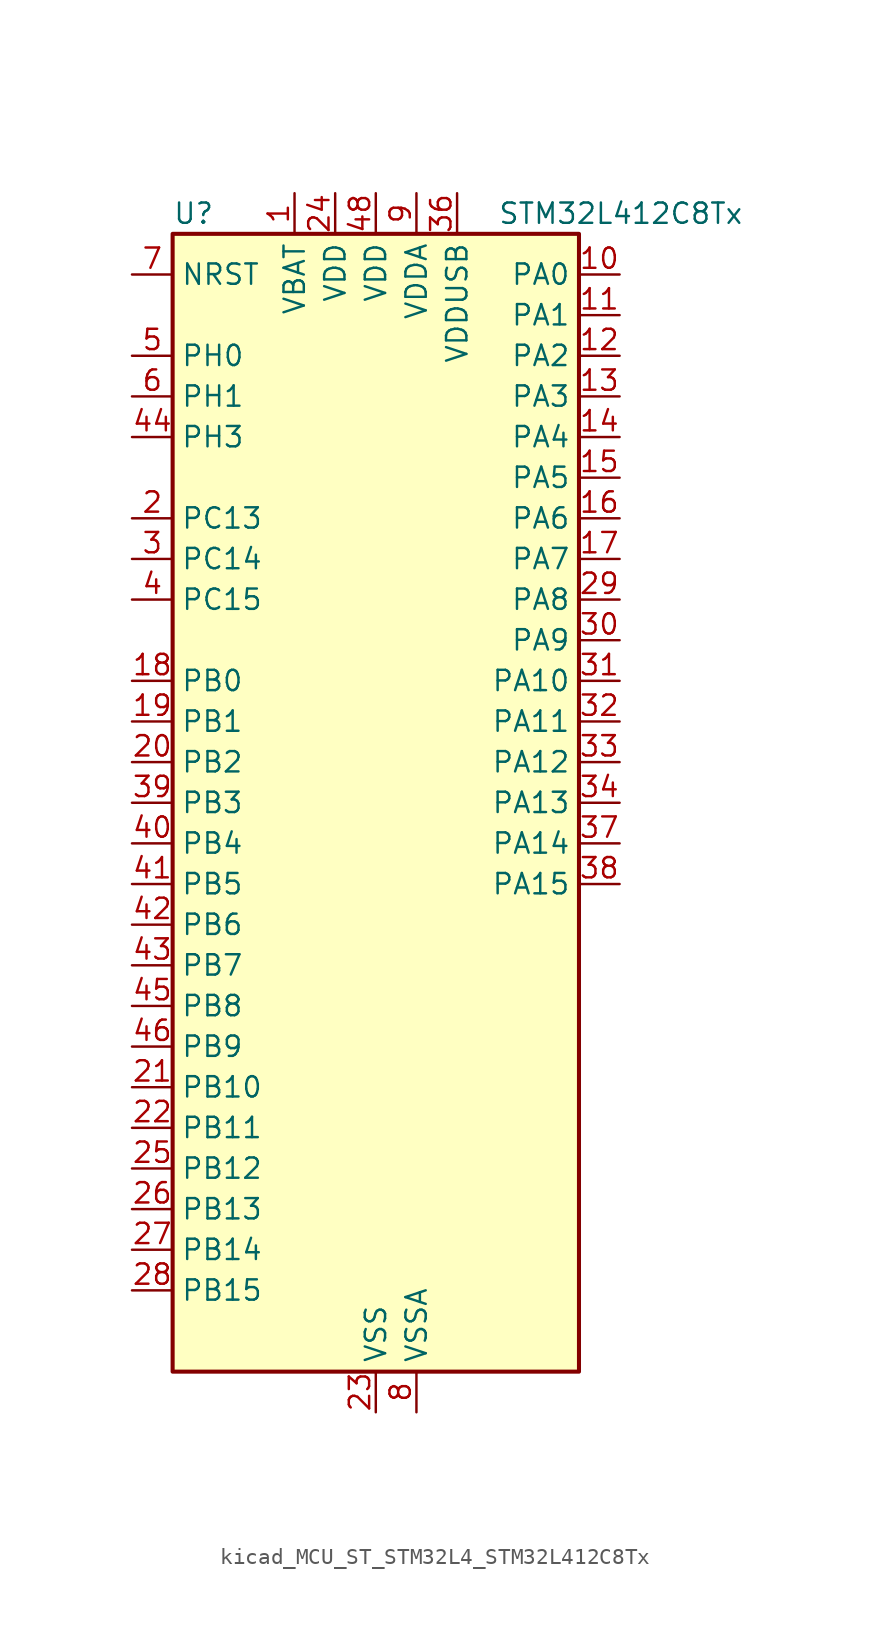
<source format=kicad_sym>
(kicad_symbol_lib
  (version 20220914)
  (generator kicad_symbol_editor)
  (symbol "kicad_MCU_ST_STM32L4_STM32L412C8Tx"
    (property "Reference" "U"
      (at -12.7 36.83 0)
      (effects (font (size 1.27 1.27)) (justify left)))
    (property "Value" "STM32L412C8Tx"
      (at 7.62 36.83 0)
      (effects (font (size 1.27 1.27)) (justify left)))
    (property "ki_locked" ""
      (at 0 0 0)
      (effects (font (size 1.27 1.27))))
    (symbol "kicad_MCU_ST_STM32L4_STM32L412C8Tx_0_1"
      (rectangle (start -12.7 -35.56) (end 12.7 35.56) (stroke (width 0.254) (type default)) (fill (type background))))
    (symbol "kicad_MCU_ST_STM32L4_STM32L412C8Tx_1_1"
      (pin power_in line (at -5.08 38.1 270) (length 2.54) (name "VBAT" (effects (font (size 1.27 1.27)))) (number "1" (effects (font (size 1.27 1.27)))))
      (pin bidirectional line (at 15.24 33.02 180) (length 2.54) (name "PA0" (effects (font (size 1.27 1.27)))) (number "10" (effects (font (size 1.27 1.27)))) (alternate "ADC1_IN5" bidirectional line) (alternate "COMP1_INM" bidirectional line) (alternate "COMP1_OUT" bidirectional line) (alternate "OPAMP1_VINP" bidirectional line) (alternate "RTC_TAMP2" bidirectional line) (alternate "SYS_WKUP1" bidirectional line) (alternate "TIM2_CH1" bidirectional line) (alternate "TIM2_ETR" bidirectional line) (alternate "USART2_CTS" bidirectional line))
      (pin bidirectional line (at 15.24 30.48 180) (length 2.54) (name "PA1" (effects (font (size 1.27 1.27)))) (number "11" (effects (font (size 1.27 1.27)))) (alternate "ADC1_IN6" bidirectional line) (alternate "COMP1_INP" bidirectional line) (alternate "I2C1_SMBA" bidirectional line) (alternate "OPAMP1_VINM" bidirectional line) (alternate "SPI1_SCK" bidirectional line) (alternate "TIM15_CH1N" bidirectional line) (alternate "TIM2_CH2" bidirectional line) (alternate "USART2_DE" bidirectional line) (alternate "USART2_RTS" bidirectional line))
      (pin bidirectional line (at 15.24 27.94 180) (length 2.54) (name "PA2" (effects (font (size 1.27 1.27)))) (number "12" (effects (font (size 1.27 1.27)))) (alternate "ADC1_IN7" bidirectional line) (alternate "ADC2_IN7" bidirectional line) (alternate "LPUART1_TX" bidirectional line) (alternate "QUADSPI_BK1_NCS" bidirectional line) (alternate "RCC_LSCO" bidirectional line) (alternate "SYS_WKUP4" bidirectional line) (alternate "TIM15_CH1" bidirectional line) (alternate "TIM2_CH3" bidirectional line) (alternate "USART2_TX" bidirectional line))
      (pin bidirectional line (at 15.24 25.4 180) (length 2.54) (name "PA3" (effects (font (size 1.27 1.27)))) (number "13" (effects (font (size 1.27 1.27)))) (alternate "ADC1_IN8" bidirectional line) (alternate "ADC2_IN8" bidirectional line) (alternate "LPUART1_RX" bidirectional line) (alternate "OPAMP1_VOUT" bidirectional line) (alternate "QUADSPI_CLK" bidirectional line) (alternate "TIM15_CH2" bidirectional line) (alternate "TIM2_CH4" bidirectional line) (alternate "USART2_RX" bidirectional line))
      (pin bidirectional line (at 15.24 22.86 180) (length 2.54) (name "PA4" (effects (font (size 1.27 1.27)))) (number "14" (effects (font (size 1.27 1.27)))) (alternate "ADC1_IN9" bidirectional line) (alternate "ADC2_IN9" bidirectional line) (alternate "COMP1_INM" bidirectional line) (alternate "LPTIM2_OUT" bidirectional line) (alternate "SPI1_NSS" bidirectional line) (alternate "USART2_CK" bidirectional line))
      (pin bidirectional line (at 15.24 20.32 180) (length 2.54) (name "PA5" (effects (font (size 1.27 1.27)))) (number "15" (effects (font (size 1.27 1.27)))) (alternate "ADC1_IN10" bidirectional line) (alternate "ADC2_IN10" bidirectional line) (alternate "COMP1_INM" bidirectional line) (alternate "LPTIM2_ETR" bidirectional line) (alternate "SPI1_SCK" bidirectional line) (alternate "TIM2_CH1" bidirectional line) (alternate "TIM2_ETR" bidirectional line))
      (pin bidirectional line (at 15.24 17.78 180) (length 2.54) (name "PA6" (effects (font (size 1.27 1.27)))) (number "16" (effects (font (size 1.27 1.27)))) (alternate "ADC1_IN11" bidirectional line) (alternate "ADC2_IN11" bidirectional line) (alternate "COMP1_OUT" bidirectional line) (alternate "LPUART1_CTS" bidirectional line) (alternate "QUADSPI_BK1_IO3" bidirectional line) (alternate "SPI1_MISO" bidirectional line) (alternate "TIM16_CH1" bidirectional line) (alternate "TIM1_BKIN" bidirectional line) (alternate "USART3_CTS" bidirectional line))
      (pin bidirectional line (at 15.24 15.24 180) (length 2.54) (name "PA7" (effects (font (size 1.27 1.27)))) (number "17" (effects (font (size 1.27 1.27)))) (alternate "ADC1_IN12" bidirectional line) (alternate "ADC2_IN12" bidirectional line) (alternate "I2C3_SCL" bidirectional line) (alternate "QUADSPI_BK1_IO2" bidirectional line) (alternate "SPI1_MOSI" bidirectional line) (alternate "TIM1_CH1N" bidirectional line))
      (pin bidirectional line (at -15.24 7.62 0) (length 2.54) (name "PB0" (effects (font (size 1.27 1.27)))) (number "18" (effects (font (size 1.27 1.27)))) (alternate "ADC1_IN15" bidirectional line) (alternate "ADC2_IN15" bidirectional line) (alternate "COMP1_OUT" bidirectional line) (alternate "QUADSPI_BK1_IO1" bidirectional line) (alternate "SPI1_NSS" bidirectional line) (alternate "SYS_TRACED0" bidirectional line) (alternate "TIM1_CH2N" bidirectional line) (alternate "USART3_CK" bidirectional line))
      (pin bidirectional line (at -15.24 5.08 0) (length 2.54) (name "PB1" (effects (font (size 1.27 1.27)))) (number "19" (effects (font (size 1.27 1.27)))) (alternate "ADC1_IN16" bidirectional line) (alternate "ADC2_IN16" bidirectional line) (alternate "COMP1_INM" bidirectional line) (alternate "LPTIM2_IN1" bidirectional line) (alternate "LPUART1_DE" bidirectional line) (alternate "LPUART1_RTS" bidirectional line) (alternate "QUADSPI_BK1_IO0" bidirectional line) (alternate "SYS_TRACED1" bidirectional line) (alternate "TIM1_CH3N" bidirectional line) (alternate "USART3_DE" bidirectional line) (alternate "USART3_RTS" bidirectional line))
      (pin bidirectional line (at -15.24 17.78 0) (length 2.54) (name "PC13" (effects (font (size 1.27 1.27)))) (number "2" (effects (font (size 1.27 1.27)))) (alternate "RTC_OUT_ALARM" bidirectional line) (alternate "RTC_OUT_CALIB" bidirectional line) (alternate "RTC_TAMP1" bidirectional line) (alternate "RTC_TS" bidirectional line) (alternate "SYS_WKUP2" bidirectional line))
      (pin bidirectional line (at -15.24 2.54 0) (length 2.54) (name "PB2" (effects (font (size 1.27 1.27)))) (number "20" (effects (font (size 1.27 1.27)))) (alternate "COMP1_INP" bidirectional line) (alternate "I2C3_SMBA" bidirectional line) (alternate "LPTIM1_OUT" bidirectional line) (alternate "RTC_OUT_ALARM" bidirectional line) (alternate "RTC_OUT_CALIB" bidirectional line))
      (pin bidirectional line (at -15.24 -17.78 0) (length 2.54) (name "PB10" (effects (font (size 1.27 1.27)))) (number "21" (effects (font (size 1.27 1.27)))) (alternate "COMP1_OUT" bidirectional line) (alternate "I2C2_SCL" bidirectional line) (alternate "LPUART1_RX" bidirectional line) (alternate "QUADSPI_CLK" bidirectional line) (alternate "SPI2_SCK" bidirectional line) (alternate "TIM2_CH3" bidirectional line) (alternate "TSC_SYNC" bidirectional line) (alternate "USART3_TX" bidirectional line))
      (pin bidirectional line (at -15.24 -20.32 0) (length 2.54) (name "PB11" (effects (font (size 1.27 1.27)))) (number "22" (effects (font (size 1.27 1.27)))) (alternate "ADC1_EXTI11" bidirectional line) (alternate "ADC2_EXTI11" bidirectional line) (alternate "I2C2_SDA" bidirectional line) (alternate "LPUART1_TX" bidirectional line) (alternate "QUADSPI_BK1_NCS" bidirectional line) (alternate "TIM2_CH4" bidirectional line) (alternate "USART3_RX" bidirectional line))
      (pin power_in line (at 0 -38.1 90) (length 2.54) (name "VSS" (effects (font (size 1.27 1.27)))) (number "23" (effects (font (size 1.27 1.27)))))
      (pin power_in line (at -2.54 38.1 270) (length 2.54) (name "VDD" (effects (font (size 1.27 1.27)))) (number "24" (effects (font (size 1.27 1.27)))))
      (pin bidirectional line (at -15.24 -22.86 0) (length 2.54) (name "PB12" (effects (font (size 1.27 1.27)))) (number "25" (effects (font (size 1.27 1.27)))) (alternate "I2C2_SMBA" bidirectional line) (alternate "LPUART1_DE" bidirectional line) (alternate "LPUART1_RTS" bidirectional line) (alternate "SPI2_NSS" bidirectional line) (alternate "TIM15_BKIN" bidirectional line) (alternate "TIM1_BKIN" bidirectional line) (alternate "TSC_G1_IO1" bidirectional line) (alternate "USART3_CK" bidirectional line))
      (pin bidirectional line (at -15.24 -25.4 0) (length 2.54) (name "PB13" (effects (font (size 1.27 1.27)))) (number "26" (effects (font (size 1.27 1.27)))) (alternate "I2C2_SCL" bidirectional line) (alternate "LPUART1_CTS" bidirectional line) (alternate "SPI2_SCK" bidirectional line) (alternate "TIM15_CH1N" bidirectional line) (alternate "TIM1_CH1N" bidirectional line) (alternate "TSC_G1_IO2" bidirectional line) (alternate "USART3_CTS" bidirectional line))
      (pin bidirectional line (at -15.24 -27.94 0) (length 2.54) (name "PB14" (effects (font (size 1.27 1.27)))) (number "27" (effects (font (size 1.27 1.27)))) (alternate "I2C2_SDA" bidirectional line) (alternate "SPI2_MISO" bidirectional line) (alternate "TIM15_CH1" bidirectional line) (alternate "TIM1_CH2N" bidirectional line) (alternate "TSC_G1_IO3" bidirectional line) (alternate "USART3_DE" bidirectional line) (alternate "USART3_RTS" bidirectional line))
      (pin bidirectional line (at -15.24 -30.48 0) (length 2.54) (name "PB15" (effects (font (size 1.27 1.27)))) (number "28" (effects (font (size 1.27 1.27)))) (alternate "ADC1_EXTI15" bidirectional line) (alternate "ADC2_EXTI15" bidirectional line) (alternate "RTC_REFIN" bidirectional line) (alternate "SPI2_MOSI" bidirectional line) (alternate "TIM15_CH2" bidirectional line) (alternate "TIM1_CH3N" bidirectional line) (alternate "TSC_G1_IO4" bidirectional line))
      (pin bidirectional line (at 15.24 12.7 180) (length 2.54) (name "PA8" (effects (font (size 1.27 1.27)))) (number "29" (effects (font (size 1.27 1.27)))) (alternate "LPTIM2_OUT" bidirectional line) (alternate "RCC_MCO" bidirectional line) (alternate "TIM1_CH1" bidirectional line) (alternate "USART1_CK" bidirectional line))
      (pin bidirectional line (at -15.24 15.24 0) (length 2.54) (name "PC14" (effects (font (size 1.27 1.27)))) (number "3" (effects (font (size 1.27 1.27)))) (alternate "RCC_OSC32_IN" bidirectional line))
      (pin bidirectional line (at 15.24 10.16 180) (length 2.54) (name "PA9" (effects (font (size 1.27 1.27)))) (number "30" (effects (font (size 1.27 1.27)))) (alternate "I2C1_SCL" bidirectional line) (alternate "TIM15_BKIN" bidirectional line) (alternate "TIM1_CH2" bidirectional line) (alternate "USART1_TX" bidirectional line))
      (pin bidirectional line (at 15.24 7.62 180) (length 2.54) (name "PA10" (effects (font (size 1.27 1.27)))) (number "31" (effects (font (size 1.27 1.27)))) (alternate "CRS_SYNC" bidirectional line) (alternate "I2C1_SDA" bidirectional line) (alternate "TIM1_CH3" bidirectional line) (alternate "USART1_RX" bidirectional line))
      (pin bidirectional line (at 15.24 5.08 180) (length 2.54) (name "PA11" (effects (font (size 1.27 1.27)))) (number "32" (effects (font (size 1.27 1.27)))) (alternate "ADC1_EXTI11" bidirectional line) (alternate "ADC2_EXTI11" bidirectional line) (alternate "COMP1_OUT" bidirectional line) (alternate "SPI1_MISO" bidirectional line) (alternate "TIM1_BKIN2" bidirectional line) (alternate "TIM1_BKIN2_COMP1" bidirectional line) (alternate "TIM1_CH4" bidirectional line) (alternate "USART1_CTS" bidirectional line) (alternate "USB_DM" bidirectional line))
      (pin bidirectional line (at 15.24 2.54 180) (length 2.54) (name "PA12" (effects (font (size 1.27 1.27)))) (number "33" (effects (font (size 1.27 1.27)))) (alternate "SPI1_MOSI" bidirectional line) (alternate "TIM1_ETR" bidirectional line) (alternate "USART1_DE" bidirectional line) (alternate "USART1_RTS" bidirectional line) (alternate "USB_DP" bidirectional line))
      (pin bidirectional line (at 15.24 0 180) (length 2.54) (name "PA13" (effects (font (size 1.27 1.27)))) (number "34" (effects (font (size 1.27 1.27)))) (alternate "IR_OUT" bidirectional line) (alternate "SYS_JTMS-SWDIO" bidirectional line) (alternate "USB_NOE" bidirectional line))
      (pin passive line (at 0 -38.1 90) (length 2.54) hide (name "VSS" (effects (font (size 1.27 1.27)))) (number "35" (effects (font (size 1.27 1.27)))))
      (pin power_in line (at 5.08 38.1 270) (length 2.54) (name "VDDUSB" (effects (font (size 1.27 1.27)))) (number "36" (effects (font (size 1.27 1.27)))))
      (pin bidirectional line (at 15.24 -2.54 180) (length 2.54) (name "PA14" (effects (font (size 1.27 1.27)))) (number "37" (effects (font (size 1.27 1.27)))) (alternate "I2C1_SMBA" bidirectional line) (alternate "LPTIM1_OUT" bidirectional line) (alternate "SYS_JTCK-SWCLK" bidirectional line))
      (pin bidirectional line (at 15.24 -5.08 180) (length 2.54) (name "PA15" (effects (font (size 1.27 1.27)))) (number "38" (effects (font (size 1.27 1.27)))) (alternate "ADC1_EXTI15" bidirectional line) (alternate "ADC2_EXTI15" bidirectional line) (alternate "SPI1_NSS" bidirectional line) (alternate "SYS_JTDI" bidirectional line) (alternate "TIM2_CH1" bidirectional line) (alternate "TIM2_ETR" bidirectional line) (alternate "USART2_RX" bidirectional line) (alternate "USART3_DE" bidirectional line) (alternate "USART3_RTS" bidirectional line))
      (pin bidirectional line (at -15.24 0 0) (length 2.54) (name "PB3" (effects (font (size 1.27 1.27)))) (number "39" (effects (font (size 1.27 1.27)))) (alternate "SPI1_SCK" bidirectional line) (alternate "SYS_JTDO-SWO" bidirectional line) (alternate "TIM2_CH2" bidirectional line) (alternate "USART1_DE" bidirectional line) (alternate "USART1_RTS" bidirectional line))
      (pin bidirectional line (at -15.24 12.7 0) (length 2.54) (name "PC15" (effects (font (size 1.27 1.27)))) (number "4" (effects (font (size 1.27 1.27)))) (alternate "ADC1_EXTI15" bidirectional line) (alternate "ADC2_EXTI15" bidirectional line) (alternate "RCC_OSC32_OUT" bidirectional line))
      (pin bidirectional line (at -15.24 -2.54 0) (length 2.54) (name "PB4" (effects (font (size 1.27 1.27)))) (number "40" (effects (font (size 1.27 1.27)))) (alternate "I2C3_SDA" bidirectional line) (alternate "SPI1_MISO" bidirectional line) (alternate "SYS_JTRST" bidirectional line) (alternate "TSC_G2_IO1" bidirectional line) (alternate "USART1_CTS" bidirectional line))
      (pin bidirectional line (at -15.24 -5.08 0) (length 2.54) (name "PB5" (effects (font (size 1.27 1.27)))) (number "41" (effects (font (size 1.27 1.27)))) (alternate "I2C1_SMBA" bidirectional line) (alternate "LPTIM1_IN1" bidirectional line) (alternate "SPI1_MOSI" bidirectional line) (alternate "SYS_TRACED2" bidirectional line) (alternate "TIM16_BKIN" bidirectional line) (alternate "TSC_G2_IO2" bidirectional line) (alternate "USART1_CK" bidirectional line))
      (pin bidirectional line (at -15.24 -7.62 0) (length 2.54) (name "PB6" (effects (font (size 1.27 1.27)))) (number "42" (effects (font (size 1.27 1.27)))) (alternate "I2C1_SCL" bidirectional line) (alternate "LPTIM1_ETR" bidirectional line) (alternate "SYS_TRACED3" bidirectional line) (alternate "TIM16_CH1N" bidirectional line) (alternate "TSC_G2_IO3" bidirectional line) (alternate "USART1_TX" bidirectional line))
      (pin bidirectional line (at -15.24 -10.16 0) (length 2.54) (name "PB7" (effects (font (size 1.27 1.27)))) (number "43" (effects (font (size 1.27 1.27)))) (alternate "I2C1_SDA" bidirectional line) (alternate "LPTIM1_IN2" bidirectional line) (alternate "SYS_PVD_IN" bidirectional line) (alternate "SYS_TRACECLK" bidirectional line) (alternate "TSC_G2_IO4" bidirectional line) (alternate "USART1_RX" bidirectional line))
      (pin bidirectional line (at -15.24 22.86 0) (length 2.54) (name "PH3" (effects (font (size 1.27 1.27)))) (number "44" (effects (font (size 1.27 1.27)))))
      (pin bidirectional line (at -15.24 -12.7 0) (length 2.54) (name "PB8" (effects (font (size 1.27 1.27)))) (number "45" (effects (font (size 1.27 1.27)))) (alternate "I2C1_SCL" bidirectional line) (alternate "TIM16_CH1" bidirectional line))
      (pin bidirectional line (at -15.24 -15.24 0) (length 2.54) (name "PB9" (effects (font (size 1.27 1.27)))) (number "46" (effects (font (size 1.27 1.27)))) (alternate "I2C1_SDA" bidirectional line) (alternate "IR_OUT" bidirectional line) (alternate "SPI2_NSS" bidirectional line))
      (pin passive line (at 0 -38.1 90) (length 2.54) hide (name "VSS" (effects (font (size 1.27 1.27)))) (number "47" (effects (font (size 1.27 1.27)))))
      (pin power_in line (at 0 38.1 270) (length 2.54) (name "VDD" (effects (font (size 1.27 1.27)))) (number "48" (effects (font (size 1.27 1.27)))))
      (pin bidirectional line (at -15.24 27.94 0) (length 2.54) (name "PH0" (effects (font (size 1.27 1.27)))) (number "5" (effects (font (size 1.27 1.27)))) (alternate "RCC_OSC_IN" bidirectional line))
      (pin bidirectional line (at -15.24 25.4 0) (length 2.54) (name "PH1" (effects (font (size 1.27 1.27)))) (number "6" (effects (font (size 1.27 1.27)))) (alternate "RCC_OSC_OUT" bidirectional line))
      (pin input line (at -15.24 33.02 0) (length 2.54) (name "NRST" (effects (font (size 1.27 1.27)))) (number "7" (effects (font (size 1.27 1.27)))))
      (pin power_in line (at 2.54 -38.1 90) (length 2.54) (name "VSSA" (effects (font (size 1.27 1.27)))) (number "8" (effects (font (size 1.27 1.27)))))
      (pin power_in line (at 2.54 38.1 270) (length 2.54) (name "VDDA" (effects (font (size 1.27 1.27)))) (number "9" (effects (font (size 1.27 1.27))))))))
</source>
